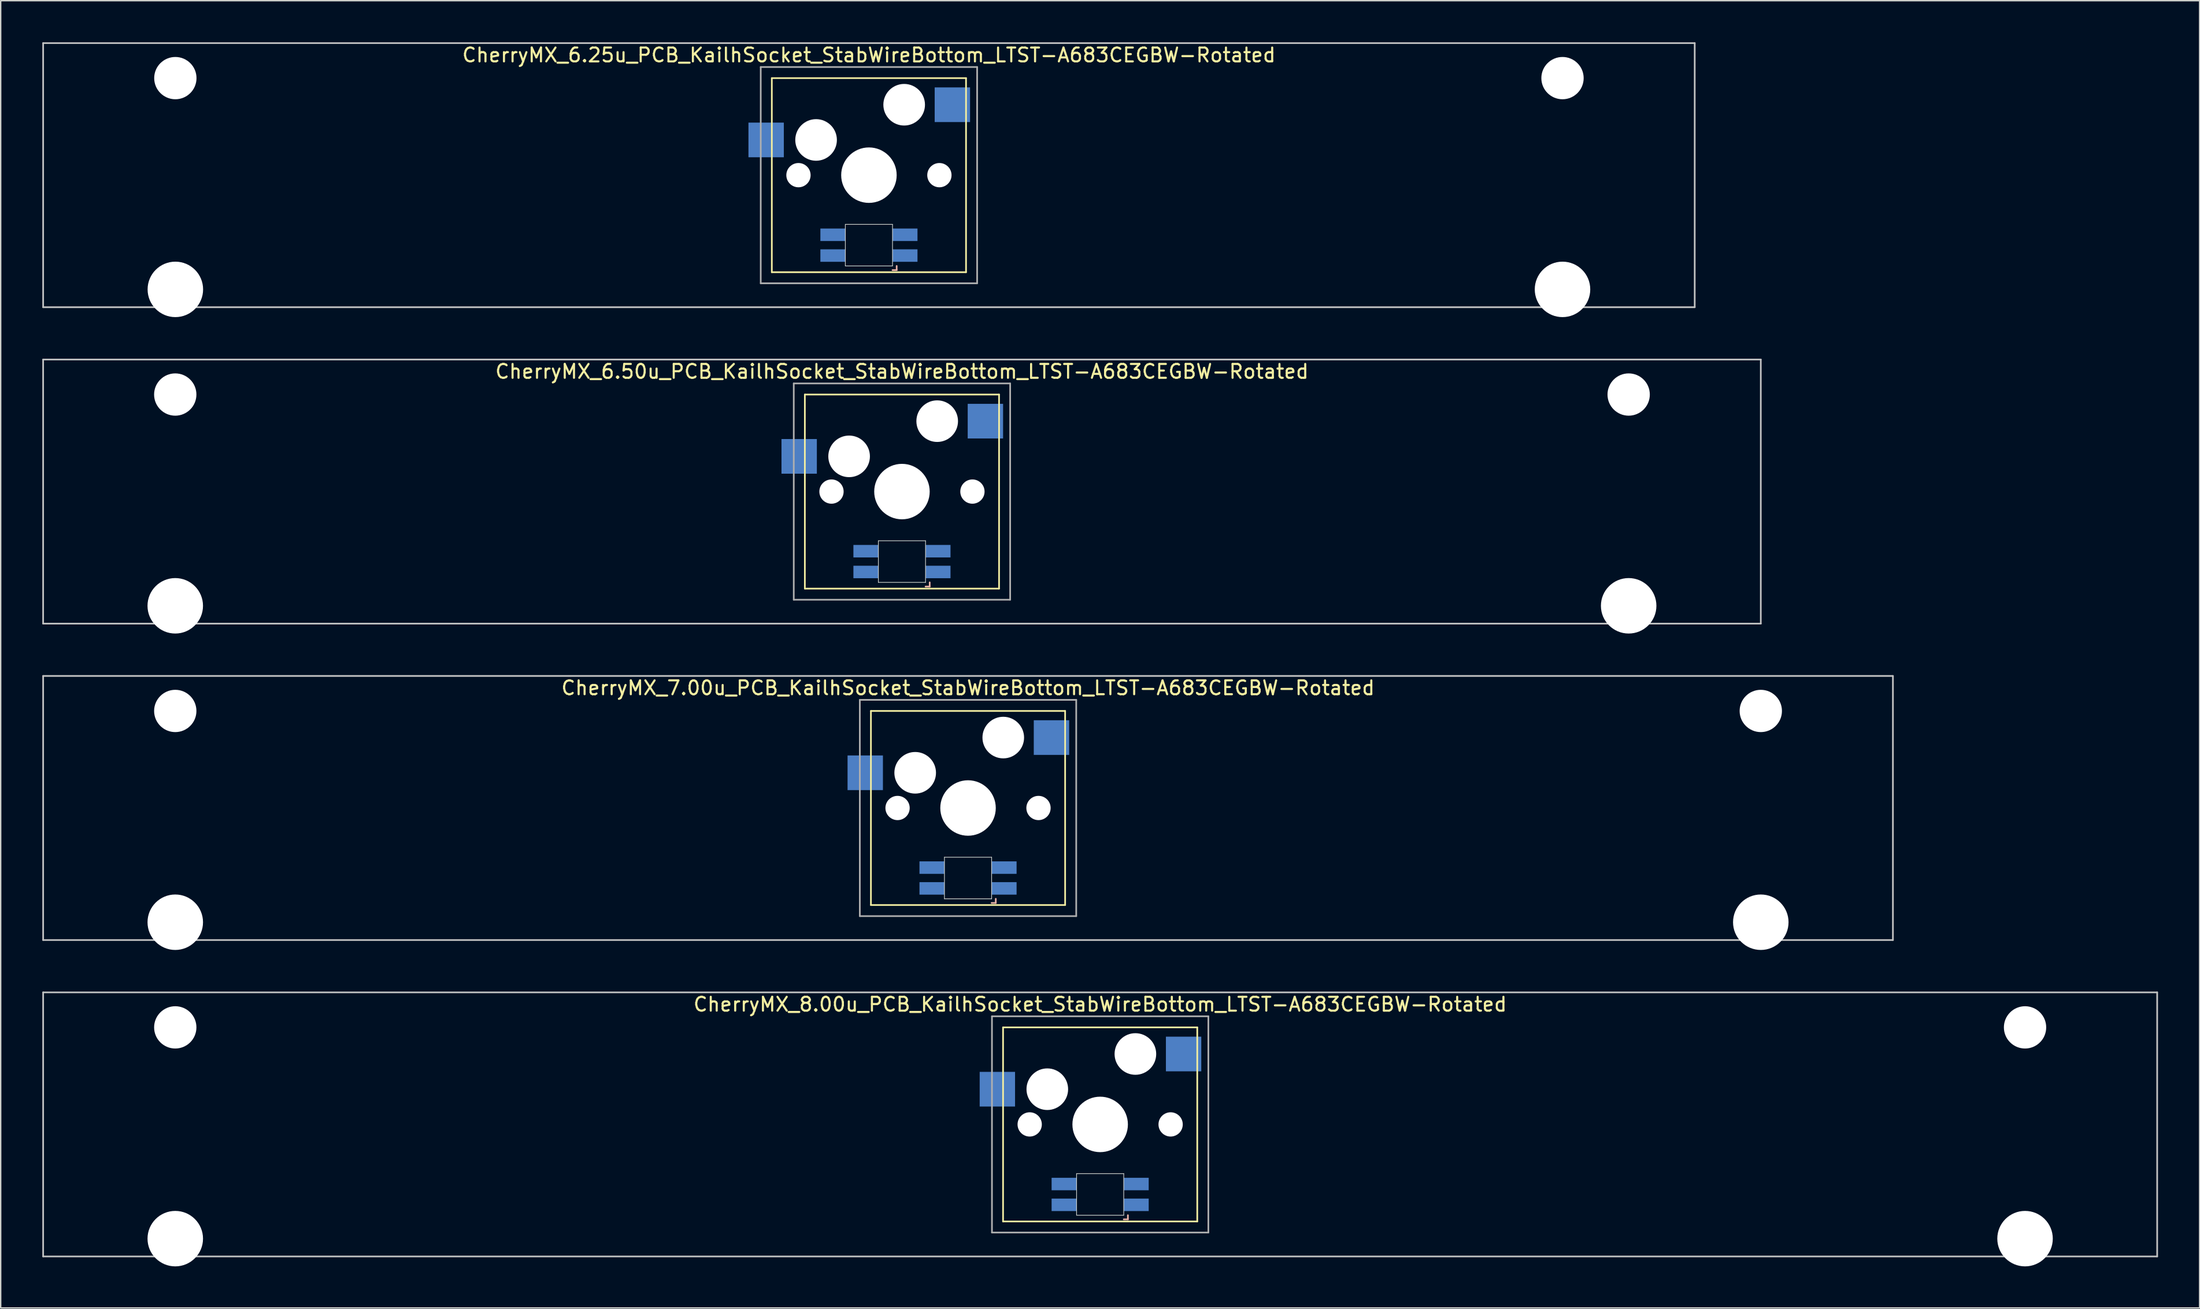
<source format=kicad_pcb>
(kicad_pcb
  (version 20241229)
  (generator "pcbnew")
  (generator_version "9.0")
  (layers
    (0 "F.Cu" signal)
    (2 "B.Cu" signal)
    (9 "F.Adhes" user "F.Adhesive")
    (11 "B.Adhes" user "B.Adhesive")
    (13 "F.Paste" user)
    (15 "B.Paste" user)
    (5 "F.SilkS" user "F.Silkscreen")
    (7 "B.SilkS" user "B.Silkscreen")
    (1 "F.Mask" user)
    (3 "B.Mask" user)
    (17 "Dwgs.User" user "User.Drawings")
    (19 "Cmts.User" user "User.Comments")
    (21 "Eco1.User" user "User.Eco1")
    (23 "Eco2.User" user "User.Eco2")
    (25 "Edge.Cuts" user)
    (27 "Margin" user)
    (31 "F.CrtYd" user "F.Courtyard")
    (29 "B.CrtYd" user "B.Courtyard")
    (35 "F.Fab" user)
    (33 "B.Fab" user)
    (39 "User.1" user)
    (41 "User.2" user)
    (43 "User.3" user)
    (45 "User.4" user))
  (footprint "CherryMX_8.00u_PCB_KailhSocket_StabWireBottom_LTST-A683CEGBW-Rotated"
    (layer "F.Cu")
    (at 76.26 78.06)
    (property "Reference" "CherryMX_8.00u_PCB_KailhSocket_StabWireBottom_LTST-A683CEGBW-Rotated" (at 0 -8.662 0) (layer "F.SilkS") (effects (font (size 1 1) (thickness 0.15))))
    (attr through_hole)
    (fp_line (start -7 -7) (end -7 7) (stroke (width 0.12) (type solid)) (layer "F.SilkS"))
    (fp_line (start -7 -7) (end 7 -7) (stroke (width 0.12) (type solid)) (layer "F.SilkS"))
    (fp_line (start 7 -7) (end 7 7) (stroke (width 0.12) (type solid)) (layer "F.SilkS"))
    (fp_line (start 7 7) (end -7 7) (stroke (width 0.12) (type solid)) (layer "F.SilkS"))
    (fp_line (start 1.7 6.85) (end 2 6.85) (stroke (width 0.12) (type solid)) (layer "B.SilkS"))
    (fp_line (start 2 6.85) (end 2 6.55) (stroke (width 0.12) (type solid)) (layer "B.SilkS"))
    (fp_line (start -76.2 -9.525) (end 76.2 -9.525) (stroke (width 0.12) (type solid)) (layer "Dwgs.User"))
    (fp_line (start -76.2 9.525) (end -76.2 -9.525) (stroke (width 0.12) (type solid)) (layer "Dwgs.User"))
    (fp_line (start 76.2 -9.525) (end 76.2 9.525) (stroke (width 0.12) (type solid)) (layer "Dwgs.User"))
    (fp_line (start 76.2 9.525) (end -76.2 9.525) (stroke (width 0.12) (type solid)) (layer "Dwgs.User"))
    (fp_line (start -1.7 3.55) (end 1.7 3.55) (stroke (width 0.05) (type solid)) (layer "Edge.Cuts"))
    (fp_line (start -1.7 6.55) (end -1.7 3.55) (stroke (width 0.05) (type solid)) (layer "Edge.Cuts"))
    (fp_line (start 1.7 3.55) (end 1.7 6.55) (stroke (width 0.05) (type solid)) (layer "Edge.Cuts"))
    (fp_line (start 1.7 6.55) (end -1.7 6.55) (stroke (width 0.05) (type solid)) (layer "Edge.Cuts"))
    (fp_line (start -7.8 -7.8) (end -7.8 7.8) (stroke (width 0.12) (type solid)) (layer "F.Fab"))
    (fp_line (start -7.8 -7.8) (end 7.8 -7.8) (stroke (width 0.12) (type solid)) (layer "F.Fab"))
    (fp_line (start -7.8 7.8) (end 7.8 7.8) (stroke (width 0.12) (type solid)) (layer "F.Fab"))
    (fp_line (start 7.8 -7.8) (end 7.8 7.8) (stroke (width 0.12) (type solid)) (layer "F.Fab"))
    (pad "" np_thru_hole circle (at -66.675 -7) (size 3.05 3.05) (drill 3.05) (layers "*.Cu" "*.Mask"))
    (pad "" np_thru_hole circle (at -66.675 8.24) (size 4 4) (drill 4) (layers "*.Cu" "*.Mask"))
    (pad "" np_thru_hole circle (at -5.08 0) (size 1.75 1.75) (drill 1.75) (layers "*.Cu" "*.Mask"))
    (pad "" np_thru_hole circle (at -3.81 -2.54) (size 3 3) (drill 3) (layers "*.Cu" "*.Mask"))
    (pad "" np_thru_hole circle (at 0 0) (size 4 4) (drill 4) (layers "*.Cu" "*.Mask"))
    (pad "" np_thru_hole circle (at 2.54 -5.08) (size 3 3) (drill 3) (layers "*.Cu" "*.Mask"))
    (pad "" np_thru_hole circle (at 5.08 0) (size 1.75 1.75) (drill 1.75) (layers "*.Cu" "*.Mask"))
    (pad "" np_thru_hole circle (at 66.675 -7) (size 3.05 3.05) (drill 3.05) (layers "*.Cu" "*.Mask"))
    (pad "" np_thru_hole circle (at 66.675 8.24) (size 4 4) (drill 4) (layers "*.Cu" "*.Mask"))
    (pad "1" smd rect (at -7.41 -2.54) (size 2.55 2.5) (layers "B.Cu" "B.Mask" "B.Paste"))
    (pad "2" smd rect (at 6.015 -5.08) (size 2.55 2.5) (layers "B.Cu" "B.Mask" "B.Paste"))
    (pad "3" smd rect (at 2.6 5.8) (size 1.8 0.9) (layers "B.Cu" "B.Mask" "B.Paste"))
    (pad "4" smd rect (at 2.6 4.3) (size 1.8 0.9) (layers "B.Cu" "B.Mask" "B.Paste"))
    (pad "5" smd rect (at -2.6 5.8) (size 1.8 0.9) (layers "B.Cu" "B.Mask" "B.Paste"))
    (pad "6" smd rect (at -2.6 4.3) (size 1.8 0.9) (layers "B.Cu" "B.Mask" "B.Paste")))
  (footprint "CherryMX_6.25u_PCB_KailhSocket_StabWireBottom_LTST-A683CEGBW-Rotated"
    (layer "F.Cu")
    (at 59.591 9.585)
    (property "Reference" "CherryMX_6.25u_PCB_KailhSocket_StabWireBottom_LTST-A683CEGBW-Rotated" (at 0 -8.662 0) (layer "F.SilkS") (effects (font (size 1 1) (thickness 0.15))))
    (attr through_hole)
    (fp_line (start -7 -7) (end -7 7) (stroke (width 0.12) (type solid)) (layer "F.SilkS"))
    (fp_line (start -7 -7) (end 7 -7) (stroke (width 0.12) (type solid)) (layer "F.SilkS"))
    (fp_line (start 7 -7) (end 7 7) (stroke (width 0.12) (type solid)) (layer "F.SilkS"))
    (fp_line (start 7 7) (end -7 7) (stroke (width 0.12) (type solid)) (layer "F.SilkS"))
    (fp_line (start 1.7 6.85) (end 2 6.85) (stroke (width 0.12) (type solid)) (layer "B.SilkS"))
    (fp_line (start 2 6.85) (end 2 6.55) (stroke (width 0.12) (type solid)) (layer "B.SilkS"))
    (fp_line (start -59.531 -9.525) (end 59.531 -9.525) (stroke (width 0.12) (type solid)) (layer "Dwgs.User"))
    (fp_line (start -59.531 9.525) (end -59.531 -9.525) (stroke (width 0.12) (type solid)) (layer "Dwgs.User"))
    (fp_line (start 59.531 -9.525) (end 59.531 9.525) (stroke (width 0.12) (type solid)) (layer "Dwgs.User"))
    (fp_line (start 59.531 9.525) (end -59.531 9.525) (stroke (width 0.12) (type solid)) (layer "Dwgs.User"))
    (fp_line (start -1.7 3.55) (end 1.7 3.55) (stroke (width 0.05) (type solid)) (layer "Edge.Cuts"))
    (fp_line (start -1.7 6.55) (end -1.7 3.55) (stroke (width 0.05) (type solid)) (layer "Edge.Cuts"))
    (fp_line (start 1.7 3.55) (end 1.7 6.55) (stroke (width 0.05) (type solid)) (layer "Edge.Cuts"))
    (fp_line (start 1.7 6.55) (end -1.7 6.55) (stroke (width 0.05) (type solid)) (layer "Edge.Cuts"))
    (fp_line (start -7.8 -7.8) (end -7.8 7.8) (stroke (width 0.12) (type solid)) (layer "F.Fab"))
    (fp_line (start -7.8 -7.8) (end 7.8 -7.8) (stroke (width 0.12) (type solid)) (layer "F.Fab"))
    (fp_line (start -7.8 7.8) (end 7.8 7.8) (stroke (width 0.12) (type solid)) (layer "F.Fab"))
    (fp_line (start 7.8 -7.8) (end 7.8 7.8) (stroke (width 0.12) (type solid)) (layer "F.Fab"))
    (pad "" np_thru_hole circle (at -50 -7) (size 3.05 3.05) (drill 3.05) (layers "*.Cu" "*.Mask"))
    (pad "" np_thru_hole circle (at -50 8.24) (size 4 4) (drill 4) (layers "*.Cu" "*.Mask"))
    (pad "" np_thru_hole circle (at -5.08 0) (size 1.75 1.75) (drill 1.75) (layers "*.Cu" "*.Mask"))
    (pad "" np_thru_hole circle (at -3.81 -2.54) (size 3 3) (drill 3) (layers "*.Cu" "*.Mask"))
    (pad "" np_thru_hole circle (at 0 0) (size 4 4) (drill 4) (layers "*.Cu" "*.Mask"))
    (pad "" np_thru_hole circle (at 2.54 -5.08) (size 3 3) (drill 3) (layers "*.Cu" "*.Mask"))
    (pad "" np_thru_hole circle (at 5.08 0) (size 1.75 1.75) (drill 1.75) (layers "*.Cu" "*.Mask"))
    (pad "" np_thru_hole circle (at 50 -7) (size 3.05 3.05) (drill 3.05) (layers "*.Cu" "*.Mask"))
    (pad "" np_thru_hole circle (at 50 8.24) (size 4 4) (drill 4) (layers "*.Cu" "*.Mask"))
    (pad "1" smd rect (at -7.41 -2.54) (size 2.55 2.5) (layers "B.Cu" "B.Mask" "B.Paste"))
    (pad "2" smd rect (at 6.015 -5.08) (size 2.55 2.5) (layers "B.Cu" "B.Mask" "B.Paste"))
    (pad "3" smd rect (at 2.6 5.8) (size 1.8 0.9) (layers "B.Cu" "B.Mask" "B.Paste"))
    (pad "4" smd rect (at 2.6 4.3) (size 1.8 0.9) (layers "B.Cu" "B.Mask" "B.Paste"))
    (pad "5" smd rect (at -2.6 5.8) (size 1.8 0.9) (layers "B.Cu" "B.Mask" "B.Paste"))
    (pad "6" smd rect (at -2.6 4.3) (size 1.8 0.9) (layers "B.Cu" "B.Mask" "B.Paste")))
  (footprint "CherryMX_7.00u_PCB_KailhSocket_StabWireBottom_LTST-A683CEGBW-Rotated"
    (layer "F.Cu")
    (at 66.735 55.235)
    (property "Reference" "CherryMX_7.00u_PCB_KailhSocket_StabWireBottom_LTST-A683CEGBW-Rotated" (at 0 -8.662 0) (layer "F.SilkS") (effects (font (size 1 1) (thickness 0.15))))
    (attr through_hole)
    (fp_line (start -7 -7) (end -7 7) (stroke (width 0.12) (type solid)) (layer "F.SilkS"))
    (fp_line (start -7 -7) (end 7 -7) (stroke (width 0.12) (type solid)) (layer "F.SilkS"))
    (fp_line (start 7 -7) (end 7 7) (stroke (width 0.12) (type solid)) (layer "F.SilkS"))
    (fp_line (start 7 7) (end -7 7) (stroke (width 0.12) (type solid)) (layer "F.SilkS"))
    (fp_line (start 1.7 6.85) (end 2 6.85) (stroke (width 0.12) (type solid)) (layer "B.SilkS"))
    (fp_line (start 2 6.85) (end 2 6.55) (stroke (width 0.12) (type solid)) (layer "B.SilkS"))
    (fp_line (start -66.675 -9.525) (end 66.675 -9.525) (stroke (width 0.12) (type solid)) (layer "Dwgs.User"))
    (fp_line (start -66.675 9.525) (end -66.675 -9.525) (stroke (width 0.12) (type solid)) (layer "Dwgs.User"))
    (fp_line (start 66.675 -9.525) (end 66.675 9.525) (stroke (width 0.12) (type solid)) (layer "Dwgs.User"))
    (fp_line (start 66.675 9.525) (end -66.675 9.525) (stroke (width 0.12) (type solid)) (layer "Dwgs.User"))
    (fp_line (start -1.7 3.55) (end 1.7 3.55) (stroke (width 0.05) (type solid)) (layer "Edge.Cuts"))
    (fp_line (start -1.7 6.55) (end -1.7 3.55) (stroke (width 0.05) (type solid)) (layer "Edge.Cuts"))
    (fp_line (start 1.7 3.55) (end 1.7 6.55) (stroke (width 0.05) (type solid)) (layer "Edge.Cuts"))
    (fp_line (start 1.7 6.55) (end -1.7 6.55) (stroke (width 0.05) (type solid)) (layer "Edge.Cuts"))
    (fp_line (start -7.8 -7.8) (end -7.8 7.8) (stroke (width 0.12) (type solid)) (layer "F.Fab"))
    (fp_line (start -7.8 -7.8) (end 7.8 -7.8) (stroke (width 0.12) (type solid)) (layer "F.Fab"))
    (fp_line (start -7.8 7.8) (end 7.8 7.8) (stroke (width 0.12) (type solid)) (layer "F.Fab"))
    (fp_line (start 7.8 -7.8) (end 7.8 7.8) (stroke (width 0.12) (type solid)) (layer "F.Fab"))
    (pad "" np_thru_hole circle (at -57.15 -7) (size 3.05 3.05) (drill 3.05) (layers "*.Cu" "*.Mask"))
    (pad "" np_thru_hole circle (at -57.15 8.24) (size 4 4) (drill 4) (layers "*.Cu" "*.Mask"))
    (pad "" np_thru_hole circle (at -5.08 0) (size 1.75 1.75) (drill 1.75) (layers "*.Cu" "*.Mask"))
    (pad "" np_thru_hole circle (at -3.81 -2.54) (size 3 3) (drill 3) (layers "*.Cu" "*.Mask"))
    (pad "" np_thru_hole circle (at 0 0) (size 4 4) (drill 4) (layers "*.Cu" "*.Mask"))
    (pad "" np_thru_hole circle (at 2.54 -5.08) (size 3 3) (drill 3) (layers "*.Cu" "*.Mask"))
    (pad "" np_thru_hole circle (at 5.08 0) (size 1.75 1.75) (drill 1.75) (layers "*.Cu" "*.Mask"))
    (pad "" np_thru_hole circle (at 57.15 -7) (size 3.05 3.05) (drill 3.05) (layers "*.Cu" "*.Mask"))
    (pad "" np_thru_hole circle (at 57.15 8.24) (size 4 4) (drill 4) (layers "*.Cu" "*.Mask"))
    (pad "1" smd rect (at -7.41 -2.54) (size 2.55 2.5) (layers "B.Cu" "B.Mask" "B.Paste"))
    (pad "2" smd rect (at 6.015 -5.08) (size 2.55 2.5) (layers "B.Cu" "B.Mask" "B.Paste"))
    (pad "3" smd rect (at 2.6 5.8) (size 1.8 0.9) (layers "B.Cu" "B.Mask" "B.Paste"))
    (pad "4" smd rect (at 2.6 4.3) (size 1.8 0.9) (layers "B.Cu" "B.Mask" "B.Paste"))
    (pad "5" smd rect (at -2.6 5.8) (size 1.8 0.9) (layers "B.Cu" "B.Mask" "B.Paste"))
    (pad "6" smd rect (at -2.6 4.3) (size 1.8 0.9) (layers "B.Cu" "B.Mask" "B.Paste")))
  (footprint "CherryMX_6.50u_PCB_KailhSocket_StabWireBottom_LTST-A683CEGBW-Rotated"
    (layer "F.Cu")
    (at 61.972 32.41)
    (property "Reference" "CherryMX_6.50u_PCB_KailhSocket_StabWireBottom_LTST-A683CEGBW-Rotated" (at 0 -8.662 0) (layer "F.SilkS") (effects (font (size 1 1) (thickness 0.15))))
    (attr through_hole)
    (fp_line (start -7 -7) (end -7 7) (stroke (width 0.12) (type solid)) (layer "F.SilkS"))
    (fp_line (start -7 -7) (end 7 -7) (stroke (width 0.12) (type solid)) (layer "F.SilkS"))
    (fp_line (start 7 -7) (end 7 7) (stroke (width 0.12) (type solid)) (layer "F.SilkS"))
    (fp_line (start 7 7) (end -7 7) (stroke (width 0.12) (type solid)) (layer "F.SilkS"))
    (fp_line (start 1.7 6.85) (end 2 6.85) (stroke (width 0.12) (type solid)) (layer "B.SilkS"))
    (fp_line (start 2 6.85) (end 2 6.55) (stroke (width 0.12) (type solid)) (layer "B.SilkS"))
    (fp_line (start -61.913 -9.525) (end 61.913 -9.525) (stroke (width 0.12) (type solid)) (layer "Dwgs.User"))
    (fp_line (start -61.913 9.525) (end -61.913 -9.525) (stroke (width 0.12) (type solid)) (layer "Dwgs.User"))
    (fp_line (start 61.913 -9.525) (end 61.913 9.525) (stroke (width 0.12) (type solid)) (layer "Dwgs.User"))
    (fp_line (start 61.913 9.525) (end -61.913 9.525) (stroke (width 0.12) (type solid)) (layer "Dwgs.User"))
    (fp_line (start -1.7 3.55) (end 1.7 3.55) (stroke (width 0.05) (type solid)) (layer "Edge.Cuts"))
    (fp_line (start -1.7 6.55) (end -1.7 3.55) (stroke (width 0.05) (type solid)) (layer "Edge.Cuts"))
    (fp_line (start 1.7 3.55) (end 1.7 6.55) (stroke (width 0.05) (type solid)) (layer "Edge.Cuts"))
    (fp_line (start 1.7 6.55) (end -1.7 6.55) (stroke (width 0.05) (type solid)) (layer "Edge.Cuts"))
    (fp_line (start -7.8 -7.8) (end -7.8 7.8) (stroke (width 0.12) (type solid)) (layer "F.Fab"))
    (fp_line (start -7.8 -7.8) (end 7.8 -7.8) (stroke (width 0.12) (type solid)) (layer "F.Fab"))
    (fp_line (start -7.8 7.8) (end 7.8 7.8) (stroke (width 0.12) (type solid)) (layer "F.Fab"))
    (fp_line (start 7.8 -7.8) (end 7.8 7.8) (stroke (width 0.12) (type solid)) (layer "F.Fab"))
    (pad "" np_thru_hole circle (at -52.388 -7) (size 3.05 3.05) (drill 3.05) (layers "*.Cu" "*.Mask"))
    (pad "" np_thru_hole circle (at -52.388 8.24) (size 4 4) (drill 4) (layers "*.Cu" "*.Mask"))
    (pad "" np_thru_hole circle (at -5.08 0) (size 1.75 1.75) (drill 1.75) (layers "*.Cu" "*.Mask"))
    (pad "" np_thru_hole circle (at -3.81 -2.54) (size 3 3) (drill 3) (layers "*.Cu" "*.Mask"))
    (pad "" np_thru_hole circle (at 0 0) (size 4 4) (drill 4) (layers "*.Cu" "*.Mask"))
    (pad "" np_thru_hole circle (at 2.54 -5.08) (size 3 3) (drill 3) (layers "*.Cu" "*.Mask"))
    (pad "" np_thru_hole circle (at 5.08 0) (size 1.75 1.75) (drill 1.75) (layers "*.Cu" "*.Mask"))
    (pad "" np_thru_hole circle (at 52.388 -7) (size 3.05 3.05) (drill 3.05) (layers "*.Cu" "*.Mask"))
    (pad "" np_thru_hole circle (at 52.388 8.24) (size 4 4) (drill 4) (layers "*.Cu" "*.Mask"))
    (pad "1" smd rect (at -7.41 -2.54) (size 2.55 2.5) (layers "B.Cu" "B.Mask" "B.Paste"))
    (pad "2" smd rect (at 6.015 -5.08) (size 2.55 2.5) (layers "B.Cu" "B.Mask" "B.Paste"))
    (pad "3" smd rect (at 2.6 5.8) (size 1.8 0.9) (layers "B.Cu" "B.Mask" "B.Paste"))
    (pad "4" smd rect (at 2.6 4.3) (size 1.8 0.9) (layers "B.Cu" "B.Mask" "B.Paste"))
    (pad "5" smd rect (at -2.6 5.8) (size 1.8 0.9) (layers "B.Cu" "B.Mask" "B.Paste"))
    (pad "6" smd rect (at -2.6 4.3) (size 1.8 0.9) (layers "B.Cu" "B.Mask" "B.Paste")))
  (gr_rect
    (start -3 -3)
    (end 155.52 91.3)
    (stroke (width 0.1) (type default))
    (fill no)
    (layer "Edge.Cuts")))
</source>
